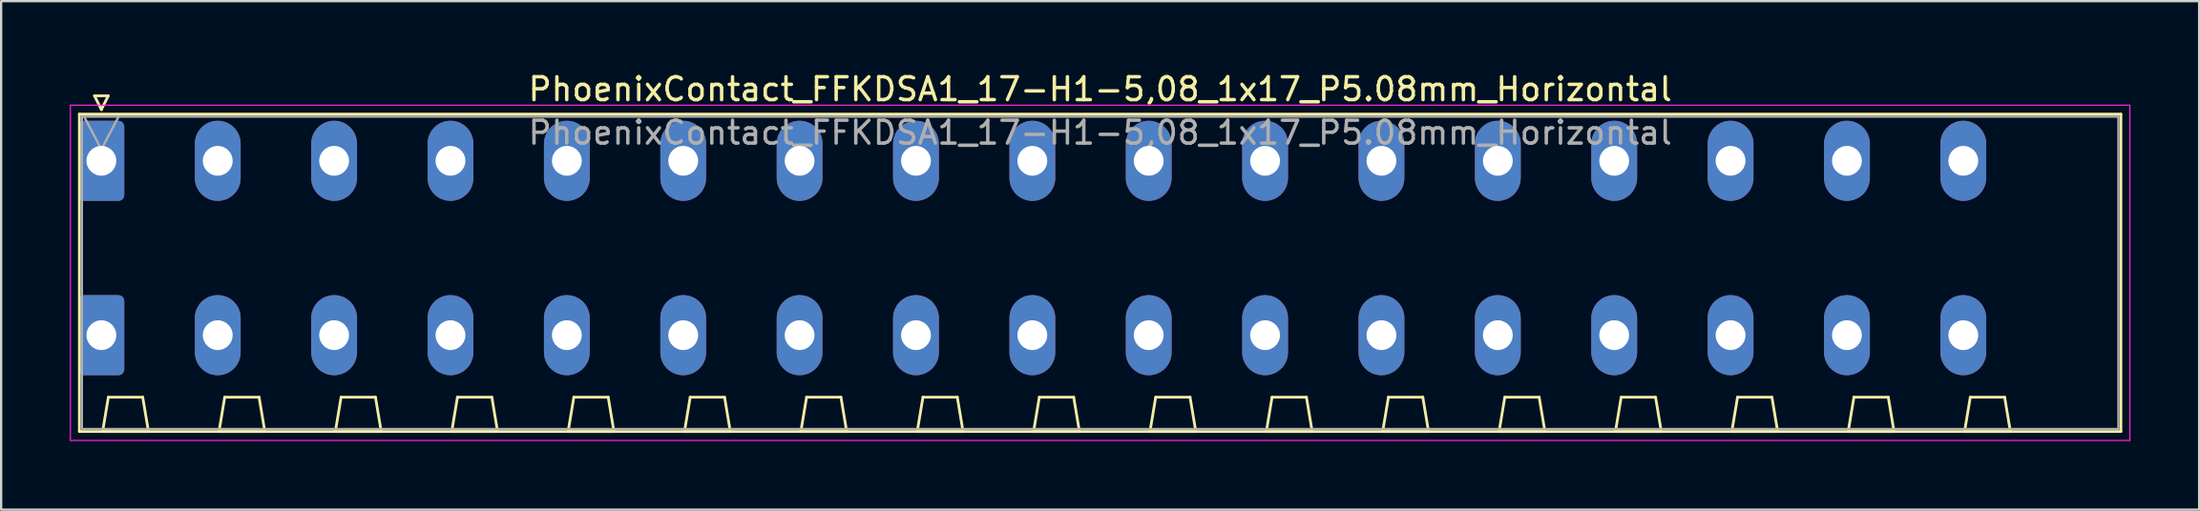
<source format=kicad_pcb>
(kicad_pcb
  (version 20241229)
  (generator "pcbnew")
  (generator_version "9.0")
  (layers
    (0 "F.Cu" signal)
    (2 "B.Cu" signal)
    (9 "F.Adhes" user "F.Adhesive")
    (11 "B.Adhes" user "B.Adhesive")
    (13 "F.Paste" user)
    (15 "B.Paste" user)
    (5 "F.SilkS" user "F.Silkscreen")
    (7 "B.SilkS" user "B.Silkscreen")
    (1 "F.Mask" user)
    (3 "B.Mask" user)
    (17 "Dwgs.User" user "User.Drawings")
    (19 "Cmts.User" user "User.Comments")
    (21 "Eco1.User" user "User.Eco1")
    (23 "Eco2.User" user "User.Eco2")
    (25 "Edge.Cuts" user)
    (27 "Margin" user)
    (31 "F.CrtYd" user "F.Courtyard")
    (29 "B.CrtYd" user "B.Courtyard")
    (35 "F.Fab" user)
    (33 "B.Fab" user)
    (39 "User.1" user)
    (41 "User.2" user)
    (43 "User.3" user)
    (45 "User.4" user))
  (footprint "PhoenixContact_FFKDSA1_17-H1-5,08_1x17_P5.08mm_Horizontal"
    (layer "F.Cu")
    (at 1.375 3.978)
    (property "Reference" "PhoenixContact_FFKDSA1_17-H1-5,08_1x17_P5.08mm_Horizontal" (at 43.6 -3.13 0) (layer "F.SilkS") (effects (font (size 1 1) (thickness 0.15))))
    (attr through_hole)
    (fp_line (start -0.96 -2.04) (end -0.96 11.83) (stroke (width 0.12) (type solid)) (layer "F.SilkS"))
    (fp_line (start -0.96 11.83) (end 88.16 11.83) (stroke (width 0.12) (type solid)) (layer "F.SilkS"))
    (fp_line (start -0.3 -2.84) (end 0.3 -2.84) (stroke (width 0.12) (type solid)) (layer "F.SilkS"))
    (fp_line (start 0 -2.24) (end -0.3 -2.84) (stroke (width 0.12) (type solid)) (layer "F.SilkS"))
    (fp_line (start 0.055 11.83) (end 2.055 11.83) (stroke (width 0.12) (type solid)) (layer "F.SilkS"))
    (fp_line (start 0.3 -2.84) (end 0 -2.24) (stroke (width 0.12) (type solid)) (layer "F.SilkS"))
    (fp_line (start 0.305 10.33) (end 0.055 11.83) (stroke (width 0.12) (type solid)) (layer "F.SilkS"))
    (fp_line (start 1.805 10.33) (end 0.305 10.33) (stroke (width 0.12) (type solid)) (layer "F.SilkS"))
    (fp_line (start 2.055 11.83) (end 1.805 10.33) (stroke (width 0.12) (type solid)) (layer "F.SilkS"))
    (fp_line (start 5.135 11.83) (end 7.135 11.83) (stroke (width 0.12) (type solid)) (layer "F.SilkS"))
    (fp_line (start 5.385 10.33) (end 5.135 11.83) (stroke (width 0.12) (type solid)) (layer "F.SilkS"))
    (fp_line (start 6.885 10.33) (end 5.385 10.33) (stroke (width 0.12) (type solid)) (layer "F.SilkS"))
    (fp_line (start 7.135 11.83) (end 6.885 10.33) (stroke (width 0.12) (type solid)) (layer "F.SilkS"))
    (fp_line (start 10.215 11.83) (end 12.215 11.83) (stroke (width 0.12) (type solid)) (layer "F.SilkS"))
    (fp_line (start 10.465 10.33) (end 10.215 11.83) (stroke (width 0.12) (type solid)) (layer "F.SilkS"))
    (fp_line (start 11.965 10.33) (end 10.465 10.33) (stroke (width 0.12) (type solid)) (layer "F.SilkS"))
    (fp_line (start 12.215 11.83) (end 11.965 10.33) (stroke (width 0.12) (type solid)) (layer "F.SilkS"))
    (fp_line (start 15.295 11.83) (end 17.295 11.83) (stroke (width 0.12) (type solid)) (layer "F.SilkS"))
    (fp_line (start 15.545 10.33) (end 15.295 11.83) (stroke (width 0.12) (type solid)) (layer "F.SilkS"))
    (fp_line (start 17.045 10.33) (end 15.545 10.33) (stroke (width 0.12) (type solid)) (layer "F.SilkS"))
    (fp_line (start 17.295 11.83) (end 17.045 10.33) (stroke (width 0.12) (type solid)) (layer "F.SilkS"))
    (fp_line (start 20.375 11.83) (end 22.375 11.83) (stroke (width 0.12) (type solid)) (layer "F.SilkS"))
    (fp_line (start 20.625 10.33) (end 20.375 11.83) (stroke (width 0.12) (type solid)) (layer "F.SilkS"))
    (fp_line (start 22.125 10.33) (end 20.625 10.33) (stroke (width 0.12) (type solid)) (layer "F.SilkS"))
    (fp_line (start 22.375 11.83) (end 22.125 10.33) (stroke (width 0.12) (type solid)) (layer "F.SilkS"))
    (fp_line (start 25.455 11.83) (end 27.455 11.83) (stroke (width 0.12) (type solid)) (layer "F.SilkS"))
    (fp_line (start 25.705 10.33) (end 25.455 11.83) (stroke (width 0.12) (type solid)) (layer "F.SilkS"))
    (fp_line (start 27.205 10.33) (end 25.705 10.33) (stroke (width 0.12) (type solid)) (layer "F.SilkS"))
    (fp_line (start 27.455 11.83) (end 27.205 10.33) (stroke (width 0.12) (type solid)) (layer "F.SilkS"))
    (fp_line (start 30.535 11.83) (end 32.535 11.83) (stroke (width 0.12) (type solid)) (layer "F.SilkS"))
    (fp_line (start 30.785 10.33) (end 30.535 11.83) (stroke (width 0.12) (type solid)) (layer "F.SilkS"))
    (fp_line (start 32.285 10.33) (end 30.785 10.33) (stroke (width 0.12) (type solid)) (layer "F.SilkS"))
    (fp_line (start 32.535 11.83) (end 32.285 10.33) (stroke (width 0.12) (type solid)) (layer "F.SilkS"))
    (fp_line (start 35.615 11.83) (end 37.615 11.83) (stroke (width 0.12) (type solid)) (layer "F.SilkS"))
    (fp_line (start 35.865 10.33) (end 35.615 11.83) (stroke (width 0.12) (type solid)) (layer "F.SilkS"))
    (fp_line (start 37.365 10.33) (end 35.865 10.33) (stroke (width 0.12) (type solid)) (layer "F.SilkS"))
    (fp_line (start 37.615 11.83) (end 37.365 10.33) (stroke (width 0.12) (type solid)) (layer "F.SilkS"))
    (fp_line (start 40.695 11.83) (end 42.695 11.83) (stroke (width 0.12) (type solid)) (layer "F.SilkS"))
    (fp_line (start 40.945 10.33) (end 40.695 11.83) (stroke (width 0.12) (type solid)) (layer "F.SilkS"))
    (fp_line (start 42.445 10.33) (end 40.945 10.33) (stroke (width 0.12) (type solid)) (layer "F.SilkS"))
    (fp_line (start 42.695 11.83) (end 42.445 10.33) (stroke (width 0.12) (type solid)) (layer "F.SilkS"))
    (fp_line (start 45.775 11.83) (end 47.775 11.83) (stroke (width 0.12) (type solid)) (layer "F.SilkS"))
    (fp_line (start 46.025 10.33) (end 45.775 11.83) (stroke (width 0.12) (type solid)) (layer "F.SilkS"))
    (fp_line (start 47.525 10.33) (end 46.025 10.33) (stroke (width 0.12) (type solid)) (layer "F.SilkS"))
    (fp_line (start 47.775 11.83) (end 47.525 10.33) (stroke (width 0.12) (type solid)) (layer "F.SilkS"))
    (fp_line (start 50.855 11.83) (end 52.855 11.83) (stroke (width 0.12) (type solid)) (layer "F.SilkS"))
    (fp_line (start 51.105 10.33) (end 50.855 11.83) (stroke (width 0.12) (type solid)) (layer "F.SilkS"))
    (fp_line (start 52.605 10.33) (end 51.105 10.33) (stroke (width 0.12) (type solid)) (layer "F.SilkS"))
    (fp_line (start 52.855 11.83) (end 52.605 10.33) (stroke (width 0.12) (type solid)) (layer "F.SilkS"))
    (fp_line (start 55.935 11.83) (end 57.935 11.83) (stroke (width 0.12) (type solid)) (layer "F.SilkS"))
    (fp_line (start 56.185 10.33) (end 55.935 11.83) (stroke (width 0.12) (type solid)) (layer "F.SilkS"))
    (fp_line (start 57.685 10.33) (end 56.185 10.33) (stroke (width 0.12) (type solid)) (layer "F.SilkS"))
    (fp_line (start 57.935 11.83) (end 57.685 10.33) (stroke (width 0.12) (type solid)) (layer "F.SilkS"))
    (fp_line (start 61.015 11.83) (end 63.015 11.83) (stroke (width 0.12) (type solid)) (layer "F.SilkS"))
    (fp_line (start 61.265 10.33) (end 61.015 11.83) (stroke (width 0.12) (type solid)) (layer "F.SilkS"))
    (fp_line (start 62.765 10.33) (end 61.265 10.33) (stroke (width 0.12) (type solid)) (layer "F.SilkS"))
    (fp_line (start 63.015 11.83) (end 62.765 10.33) (stroke (width 0.12) (type solid)) (layer "F.SilkS"))
    (fp_line (start 66.095 11.83) (end 68.095 11.83) (stroke (width 0.12) (type solid)) (layer "F.SilkS"))
    (fp_line (start 66.345 10.33) (end 66.095 11.83) (stroke (width 0.12) (type solid)) (layer "F.SilkS"))
    (fp_line (start 67.845 10.33) (end 66.345 10.33) (stroke (width 0.12) (type solid)) (layer "F.SilkS"))
    (fp_line (start 68.095 11.83) (end 67.845 10.33) (stroke (width 0.12) (type solid)) (layer "F.SilkS"))
    (fp_line (start 71.175 11.83) (end 73.175 11.83) (stroke (width 0.12) (type solid)) (layer "F.SilkS"))
    (fp_line (start 71.425 10.33) (end 71.175 11.83) (stroke (width 0.12) (type solid)) (layer "F.SilkS"))
    (fp_line (start 72.925 10.33) (end 71.425 10.33) (stroke (width 0.12) (type solid)) (layer "F.SilkS"))
    (fp_line (start 73.175 11.83) (end 72.925 10.33) (stroke (width 0.12) (type solid)) (layer "F.SilkS"))
    (fp_line (start 76.255 11.83) (end 78.255 11.83) (stroke (width 0.12) (type solid)) (layer "F.SilkS"))
    (fp_line (start 76.505 10.33) (end 76.255 11.83) (stroke (width 0.12) (type solid)) (layer "F.SilkS"))
    (fp_line (start 78.005 10.33) (end 76.505 10.33) (stroke (width 0.12) (type solid)) (layer "F.SilkS"))
    (fp_line (start 78.255 11.83) (end 78.005 10.33) (stroke (width 0.12) (type solid)) (layer "F.SilkS"))
    (fp_line (start 81.335 11.83) (end 83.335 11.83) (stroke (width 0.12) (type solid)) (layer "F.SilkS"))
    (fp_line (start 81.585 10.33) (end 81.335 11.83) (stroke (width 0.12) (type solid)) (layer "F.SilkS"))
    (fp_line (start 83.085 10.33) (end 81.585 10.33) (stroke (width 0.12) (type solid)) (layer "F.SilkS"))
    (fp_line (start 83.335 11.83) (end 83.085 10.33) (stroke (width 0.12) (type solid)) (layer "F.SilkS"))
    (fp_line (start 88.16 -2.04) (end -0.96 -2.04) (stroke (width 0.12) (type solid)) (layer "F.SilkS"))
    (fp_line (start 88.16 11.83) (end 88.16 -2.04) (stroke (width 0.12) (type solid)) (layer "F.SilkS"))
    (fp_line (start -1.35 -2.43) (end -1.35 12.22) (stroke (width 0.05) (type solid)) (layer "F.CrtYd"))
    (fp_line (start -1.35 12.22) (end 88.55 12.22) (stroke (width 0.05) (type solid)) (layer "F.CrtYd"))
    (fp_line (start 88.55 -2.43) (end -1.35 -2.43) (stroke (width 0.05) (type solid)) (layer "F.CrtYd"))
    (fp_line (start 88.55 12.22) (end 88.55 -2.43) (stroke (width 0.05) (type solid)) (layer "F.CrtYd"))
    (fp_line (start -0.85 -1.93) (end -0.85 11.72) (stroke (width 0.1) (type solid)) (layer "F.Fab"))
    (fp_line (start -0.85 11.72) (end 88.05 11.72) (stroke (width 0.1) (type solid)) (layer "F.Fab"))
    (fp_line (start 0 -0.5) (end -0.75 -1.93) (stroke (width 0.1) (type solid)) (layer "F.Fab"))
    (fp_line (start 0.75 -1.93) (end 0 -0.5) (stroke (width 0.1) (type solid)) (layer "F.Fab"))
    (fp_line (start 88.05 -1.93) (end -0.85 -1.93) (stroke (width 0.1) (type solid)) (layer "F.Fab"))
    (fp_line (start 88.05 11.72) (end 88.05 -1.93) (stroke (width 0.1) (type solid)) (layer "F.Fab"))
    (fp_text user "${REFERENCE}" (at 43.6 -1.23 0) (layer "F.Fab") (effects (font (size 1 1) (thickness 0.15))))
    (pad "1" thru_hole roundrect (at 0 0) (size 2 3.5) (drill 1.3) (layers "*.Cu" "*.Mask") (roundrect_rratio 0.125))
    (pad "1" thru_hole roundrect (at 0 7.62) (size 2 3.5) (drill 1.3) (layers "*.Cu" "*.Mask") (roundrect_rratio 0.125))
    (pad "2" thru_hole oval (at 5.08 0) (size 2 3.5) (drill 1.3) (layers "*.Cu" "*.Mask"))
    (pad "2" thru_hole oval (at 5.08 7.62) (size 2 3.5) (drill 1.3) (layers "*.Cu" "*.Mask"))
    (pad "3" thru_hole oval (at 10.16 0) (size 2 3.5) (drill 1.3) (layers "*.Cu" "*.Mask"))
    (pad "3" thru_hole oval (at 10.16 7.62) (size 2 3.5) (drill 1.3) (layers "*.Cu" "*.Mask"))
    (pad "4" thru_hole oval (at 15.24 0) (size 2 3.5) (drill 1.3) (layers "*.Cu" "*.Mask"))
    (pad "4" thru_hole oval (at 15.24 7.62) (size 2 3.5) (drill 1.3) (layers "*.Cu" "*.Mask"))
    (pad "5" thru_hole oval (at 20.32 0) (size 2 3.5) (drill 1.3) (layers "*.Cu" "*.Mask"))
    (pad "5" thru_hole oval (at 20.32 7.62) (size 2 3.5) (drill 1.3) (layers "*.Cu" "*.Mask"))
    (pad "6" thru_hole oval (at 25.4 0) (size 2 3.5) (drill 1.3) (layers "*.Cu" "*.Mask"))
    (pad "6" thru_hole oval (at 25.4 7.62) (size 2 3.5) (drill 1.3) (layers "*.Cu" "*.Mask"))
    (pad "7" thru_hole oval (at 30.48 0) (size 2 3.5) (drill 1.3) (layers "*.Cu" "*.Mask"))
    (pad "7" thru_hole oval (at 30.48 7.62) (size 2 3.5) (drill 1.3) (layers "*.Cu" "*.Mask"))
    (pad "8" thru_hole oval (at 35.56 0) (size 2 3.5) (drill 1.3) (layers "*.Cu" "*.Mask"))
    (pad "8" thru_hole oval (at 35.56 7.62) (size 2 3.5) (drill 1.3) (layers "*.Cu" "*.Mask"))
    (pad "9" thru_hole oval (at 40.64 0) (size 2 3.5) (drill 1.3) (layers "*.Cu" "*.Mask"))
    (pad "9" thru_hole oval (at 40.64 7.62) (size 2 3.5) (drill 1.3) (layers "*.Cu" "*.Mask"))
    (pad "10" thru_hole oval (at 45.72 0) (size 2 3.5) (drill 1.3) (layers "*.Cu" "*.Mask"))
    (pad "10" thru_hole oval (at 45.72 7.62) (size 2 3.5) (drill 1.3) (layers "*.Cu" "*.Mask"))
    (pad "11" thru_hole oval (at 50.8 0) (size 2 3.5) (drill 1.3) (layers "*.Cu" "*.Mask"))
    (pad "11" thru_hole oval (at 50.8 7.62) (size 2 3.5) (drill 1.3) (layers "*.Cu" "*.Mask"))
    (pad "12" thru_hole oval (at 55.88 0) (size 2 3.5) (drill 1.3) (layers "*.Cu" "*.Mask"))
    (pad "12" thru_hole oval (at 55.88 7.62) (size 2 3.5) (drill 1.3) (layers "*.Cu" "*.Mask"))
    (pad "13" thru_hole oval (at 60.96 0) (size 2 3.5) (drill 1.3) (layers "*.Cu" "*.Mask"))
    (pad "13" thru_hole oval (at 60.96 7.62) (size 2 3.5) (drill 1.3) (layers "*.Cu" "*.Mask"))
    (pad "14" thru_hole oval (at 66.04 0) (size 2 3.5) (drill 1.3) (layers "*.Cu" "*.Mask"))
    (pad "14" thru_hole oval (at 66.04 7.62) (size 2 3.5) (drill 1.3) (layers "*.Cu" "*.Mask"))
    (pad "15" thru_hole oval (at 71.12 0) (size 2 3.5) (drill 1.3) (layers "*.Cu" "*.Mask"))
    (pad "15" thru_hole oval (at 71.12 7.62) (size 2 3.5) (drill 1.3) (layers "*.Cu" "*.Mask"))
    (pad "16" thru_hole oval (at 76.2 0) (size 2 3.5) (drill 1.3) (layers "*.Cu" "*.Mask"))
    (pad "16" thru_hole oval (at 76.2 7.62) (size 2 3.5) (drill 1.3) (layers "*.Cu" "*.Mask"))
    (pad "17" thru_hole oval (at 81.28 0) (size 2 3.5) (drill 1.3) (layers "*.Cu" "*.Mask"))
    (pad "17" thru_hole oval (at 81.28 7.62) (size 2 3.5) (drill 1.3) (layers "*.Cu" "*.Mask")))
  (gr_rect
    (start -3 -3)
    (end 92.95 19.223)
    (stroke (width 0.1) (type default))
    (fill no)
    (layer "Edge.Cuts")))
</source>
